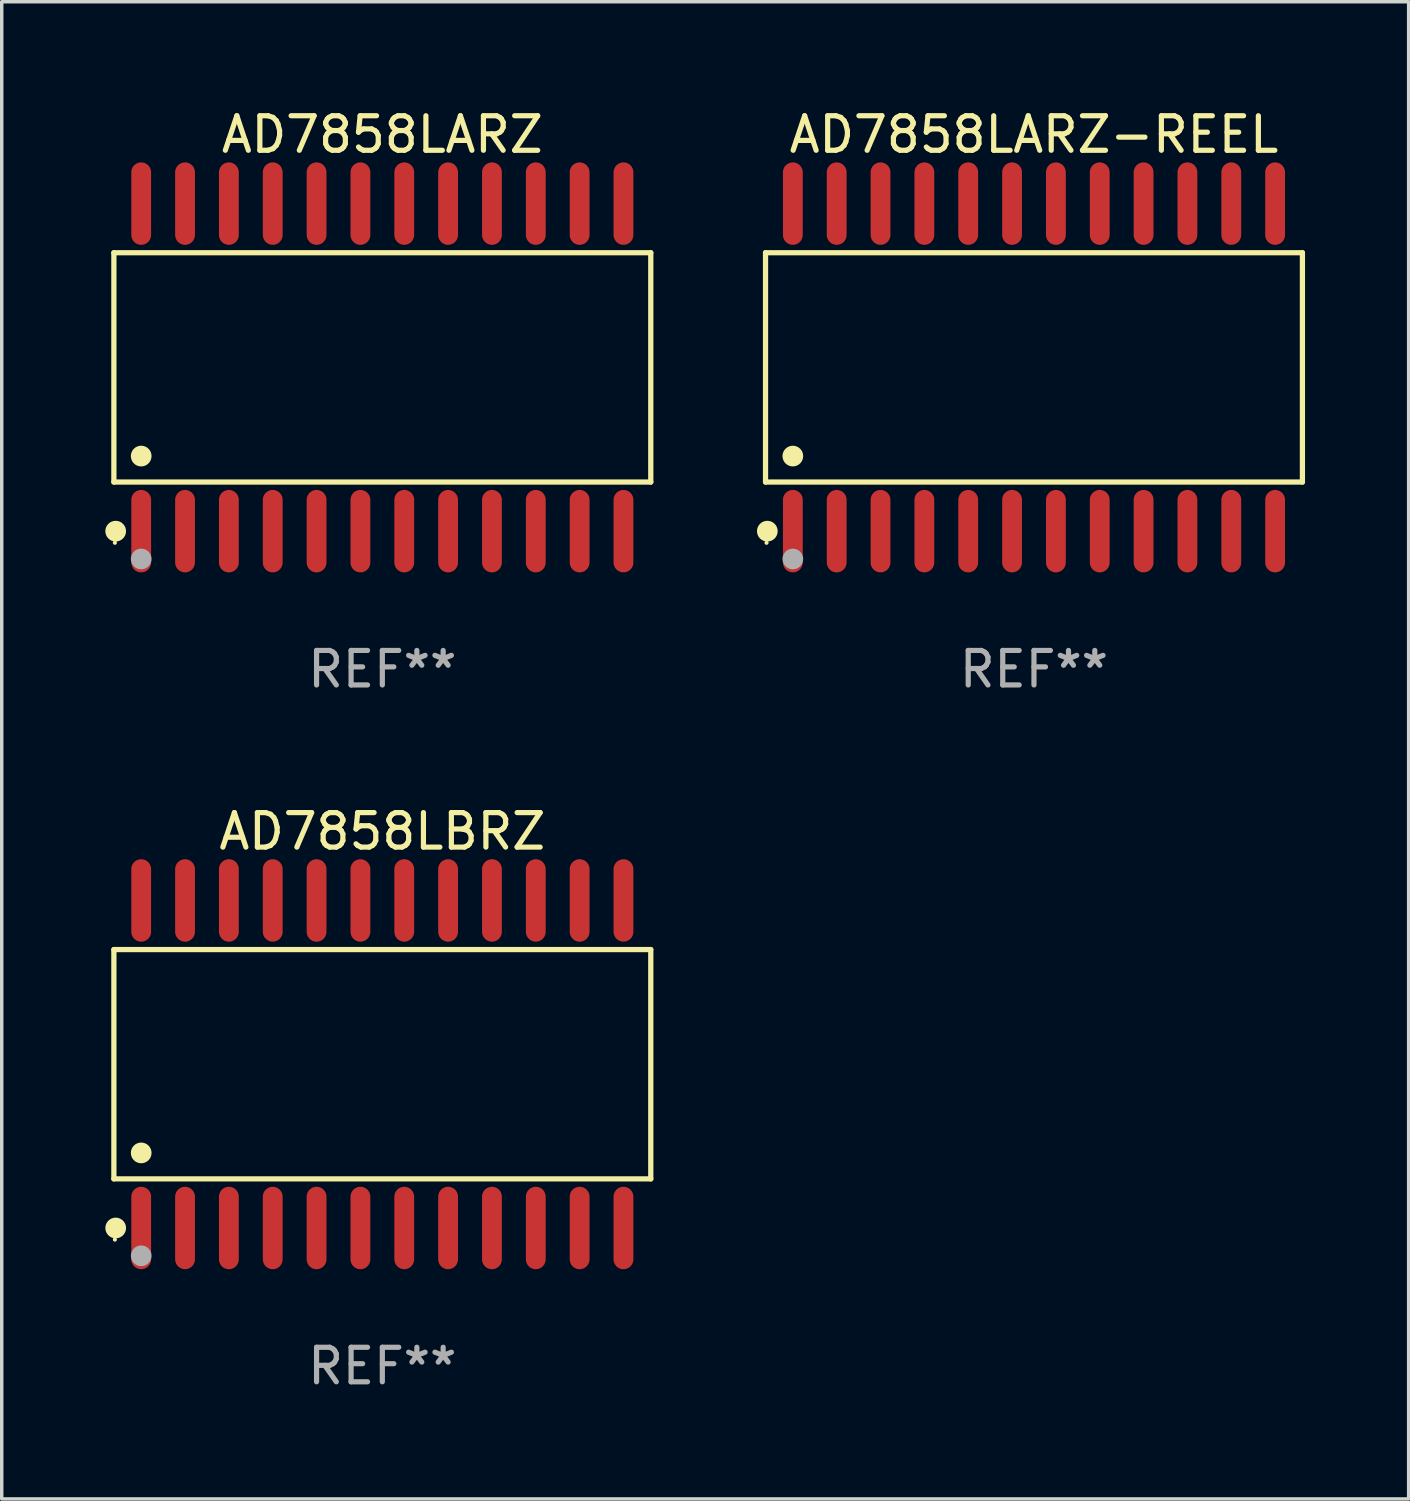
<source format=kicad_pcb>
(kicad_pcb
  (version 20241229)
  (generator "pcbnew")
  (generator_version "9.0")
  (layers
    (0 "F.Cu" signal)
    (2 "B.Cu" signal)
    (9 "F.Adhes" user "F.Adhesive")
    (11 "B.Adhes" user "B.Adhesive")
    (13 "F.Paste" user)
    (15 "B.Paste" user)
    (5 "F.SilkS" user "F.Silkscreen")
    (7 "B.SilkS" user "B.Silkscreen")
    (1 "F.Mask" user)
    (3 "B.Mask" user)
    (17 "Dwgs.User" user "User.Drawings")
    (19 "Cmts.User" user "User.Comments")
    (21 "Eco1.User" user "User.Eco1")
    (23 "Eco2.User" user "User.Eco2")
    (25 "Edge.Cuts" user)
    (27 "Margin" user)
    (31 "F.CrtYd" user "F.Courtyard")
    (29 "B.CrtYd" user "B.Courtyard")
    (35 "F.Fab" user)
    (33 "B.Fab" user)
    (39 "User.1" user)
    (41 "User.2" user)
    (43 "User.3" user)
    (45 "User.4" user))
  (footprint "AD7858LARZ"
    (layer "F.Cu")
    (at 8.025 7.592)
    (property "Reference" "AD7858LARZ" (at 0 -6.744 0) (layer "F.SilkS") (effects (font (size 1 1) (thickness 0.15))))
    (attr through_hole)
    (fp_line (start -7.776 -3.321) (end 7.776 -3.321) (stroke (width 0.152) (type solid)) (layer "F.SilkS"))
    (fp_line (start -7.776 3.321) (end -7.776 -3.321) (stroke (width 0.152) (type solid)) (layer "F.SilkS"))
    (fp_line (start 7.776 -3.321) (end 7.776 3.321) (stroke (width 0.152) (type solid)) (layer "F.SilkS"))
    (fp_line (start 7.776 3.321) (end -7.776 3.321) (stroke (width 0.152) (type solid)) (layer "F.SilkS"))
    (fp_circle (center -7.747 5.08) (end -7.717 5.08) (stroke (width 0.06) (type solid)) (fill no) (layer "F.SilkS"))
    (fp_circle (center -7.724 4.744) (end -7.574 4.744) (stroke (width 0.3) (type solid)) (fill no) (layer "F.SilkS"))
    (fp_circle (center -6.985 2.569) (end -6.835 2.569) (stroke (width 0.3) (type solid)) (fill no) (layer "F.SilkS"))
    (fp_circle (center -6.985 5.55) (end -6.835 5.55) (stroke (width 0.3) (type solid)) (fill no) (layer "F.Fab"))
    (fp_text user "REF**" (at 0 8.744 0) (layer "F.Fab") (effects (font (size 1 1) (thickness 0.15))))
    (pad "1" smd oval (at -6.985 4.744) (size 0.574 2.388) (layers "F.Cu" "F.Mask" "F.Paste"))
    (pad "2" smd oval (at -5.715 4.744) (size 0.574 2.388) (layers "F.Cu" "F.Mask" "F.Paste"))
    (pad "3" smd oval (at -4.445 4.744) (size 0.574 2.388) (layers "F.Cu" "F.Mask" "F.Paste"))
    (pad "4" smd oval (at -3.175 4.744) (size 0.574 2.388) (layers "F.Cu" "F.Mask" "F.Paste"))
    (pad "5" smd oval (at -1.905 4.744) (size 0.574 2.388) (layers "F.Cu" "F.Mask" "F.Paste"))
    (pad "6" smd oval (at -0.635 4.744) (size 0.574 2.388) (layers "F.Cu" "F.Mask" "F.Paste"))
    (pad "7" smd oval (at 0.635 4.744) (size 0.574 2.388) (layers "F.Cu" "F.Mask" "F.Paste"))
    (pad "8" smd oval (at 1.905 4.744) (size 0.574 2.388) (layers "F.Cu" "F.Mask" "F.Paste"))
    (pad "9" smd oval (at 3.175 4.744) (size 0.574 2.388) (layers "F.Cu" "F.Mask" "F.Paste"))
    (pad "10" smd oval (at 4.445 4.744) (size 0.574 2.388) (layers "F.Cu" "F.Mask" "F.Paste"))
    (pad "11" smd oval (at 5.715 4.744) (size 0.574 2.388) (layers "F.Cu" "F.Mask" "F.Paste"))
    (pad "12" smd oval (at 6.985 4.744) (size 0.574 2.388) (layers "F.Cu" "F.Mask" "F.Paste"))
    (pad "13" smd oval (at 6.985 -4.744) (size 0.574 2.388) (layers "F.Cu" "F.Mask" "F.Paste"))
    (pad "14" smd oval (at 5.715 -4.744) (size 0.574 2.388) (layers "F.Cu" "F.Mask" "F.Paste"))
    (pad "15" smd oval (at 4.445 -4.744) (size 0.574 2.388) (layers "F.Cu" "F.Mask" "F.Paste"))
    (pad "16" smd oval (at 3.175 -4.744) (size 0.574 2.388) (layers "F.Cu" "F.Mask" "F.Paste"))
    (pad "17" smd oval (at 1.905 -4.744) (size 0.574 2.388) (layers "F.Cu" "F.Mask" "F.Paste"))
    (pad "18" smd oval (at 0.635 -4.744) (size 0.574 2.388) (layers "F.Cu" "F.Mask" "F.Paste"))
    (pad "19" smd oval (at -0.635 -4.744) (size 0.574 2.388) (layers "F.Cu" "F.Mask" "F.Paste"))
    (pad "20" smd oval (at -1.905 -4.744) (size 0.574 2.388) (layers "F.Cu" "F.Mask" "F.Paste"))
    (pad "21" smd oval (at -3.175 -4.744) (size 0.574 2.388) (layers "F.Cu" "F.Mask" "F.Paste"))
    (pad "22" smd oval (at -4.445 -4.744) (size 0.574 2.388) (layers "F.Cu" "F.Mask" "F.Paste"))
    (pad "23" smd oval (at -5.715 -4.744) (size 0.574 2.388) (layers "F.Cu" "F.Mask" "F.Paste"))
    (pad "24" smd oval (at -6.985 -4.744) (size 0.574 2.388) (layers "F.Cu" "F.Mask" "F.Paste")))
  (footprint "AD7858LARZ-REEL"
    (layer "F.Cu")
    (at 26.901 7.592)
    (property "Reference" "AD7858LARZ-REEL" (at 0 -6.744 0) (layer "F.SilkS") (effects (font (size 1 1) (thickness 0.15))))
    (attr through_hole)
    (fp_line (start -7.776 -3.321) (end 7.776 -3.321) (stroke (width 0.152) (type solid)) (layer "F.SilkS"))
    (fp_line (start -7.776 3.321) (end -7.776 -3.321) (stroke (width 0.152) (type solid)) (layer "F.SilkS"))
    (fp_line (start 7.776 -3.321) (end 7.776 3.321) (stroke (width 0.152) (type solid)) (layer "F.SilkS"))
    (fp_line (start 7.776 3.321) (end -7.776 3.321) (stroke (width 0.152) (type solid)) (layer "F.SilkS"))
    (fp_circle (center -7.747 5.08) (end -7.717 5.08) (stroke (width 0.06) (type solid)) (fill no) (layer "F.SilkS"))
    (fp_circle (center -7.724 4.744) (end -7.574 4.744) (stroke (width 0.3) (type solid)) (fill no) (layer "F.SilkS"))
    (fp_circle (center -6.985 2.569) (end -6.835 2.569) (stroke (width 0.3) (type solid)) (fill no) (layer "F.SilkS"))
    (fp_circle (center -6.985 5.55) (end -6.835 5.55) (stroke (width 0.3) (type solid)) (fill no) (layer "F.Fab"))
    (fp_text user "REF**" (at 0 8.744 0) (layer "F.Fab") (effects (font (size 1 1) (thickness 0.15))))
    (pad "1" smd oval (at -6.985 4.744) (size 0.574 2.388) (layers "F.Cu" "F.Mask" "F.Paste"))
    (pad "2" smd oval (at -5.715 4.744) (size 0.574 2.388) (layers "F.Cu" "F.Mask" "F.Paste"))
    (pad "3" smd oval (at -4.445 4.744) (size 0.574 2.388) (layers "F.Cu" "F.Mask" "F.Paste"))
    (pad "4" smd oval (at -3.175 4.744) (size 0.574 2.388) (layers "F.Cu" "F.Mask" "F.Paste"))
    (pad "5" smd oval (at -1.905 4.744) (size 0.574 2.388) (layers "F.Cu" "F.Mask" "F.Paste"))
    (pad "6" smd oval (at -0.635 4.744) (size 0.574 2.388) (layers "F.Cu" "F.Mask" "F.Paste"))
    (pad "7" smd oval (at 0.635 4.744) (size 0.574 2.388) (layers "F.Cu" "F.Mask" "F.Paste"))
    (pad "8" smd oval (at 1.905 4.744) (size 0.574 2.388) (layers "F.Cu" "F.Mask" "F.Paste"))
    (pad "9" smd oval (at 3.175 4.744) (size 0.574 2.388) (layers "F.Cu" "F.Mask" "F.Paste"))
    (pad "10" smd oval (at 4.445 4.744) (size 0.574 2.388) (layers "F.Cu" "F.Mask" "F.Paste"))
    (pad "11" smd oval (at 5.715 4.744) (size 0.574 2.388) (layers "F.Cu" "F.Mask" "F.Paste"))
    (pad "12" smd oval (at 6.985 4.744) (size 0.574 2.388) (layers "F.Cu" "F.Mask" "F.Paste"))
    (pad "13" smd oval (at 6.985 -4.744) (size 0.574 2.388) (layers "F.Cu" "F.Mask" "F.Paste"))
    (pad "14" smd oval (at 5.715 -4.744) (size 0.574 2.388) (layers "F.Cu" "F.Mask" "F.Paste"))
    (pad "15" smd oval (at 4.445 -4.744) (size 0.574 2.388) (layers "F.Cu" "F.Mask" "F.Paste"))
    (pad "16" smd oval (at 3.175 -4.744) (size 0.574 2.388) (layers "F.Cu" "F.Mask" "F.Paste"))
    (pad "17" smd oval (at 1.905 -4.744) (size 0.574 2.388) (layers "F.Cu" "F.Mask" "F.Paste"))
    (pad "18" smd oval (at 0.635 -4.744) (size 0.574 2.388) (layers "F.Cu" "F.Mask" "F.Paste"))
    (pad "19" smd oval (at -0.635 -4.744) (size 0.574 2.388) (layers "F.Cu" "F.Mask" "F.Paste"))
    (pad "20" smd oval (at -1.905 -4.744) (size 0.574 2.388) (layers "F.Cu" "F.Mask" "F.Paste"))
    (pad "21" smd oval (at -3.175 -4.744) (size 0.574 2.388) (layers "F.Cu" "F.Mask" "F.Paste"))
    (pad "22" smd oval (at -4.445 -4.744) (size 0.574 2.388) (layers "F.Cu" "F.Mask" "F.Paste"))
    (pad "23" smd oval (at -5.715 -4.744) (size 0.574 2.388) (layers "F.Cu" "F.Mask" "F.Paste"))
    (pad "24" smd oval (at -6.985 -4.744) (size 0.574 2.388) (layers "F.Cu" "F.Mask" "F.Paste")))
  (footprint "AD7858LBRZ"
    (layer "F.Cu")
    (at 8.025 27.777)
    (property "Reference" "AD7858LBRZ" (at 0 -6.744 0) (layer "F.SilkS") (effects (font (size 1 1) (thickness 0.15))))
    (attr through_hole)
    (fp_line (start -7.776 -3.321) (end 7.776 -3.321) (stroke (width 0.152) (type solid)) (layer "F.SilkS"))
    (fp_line (start -7.776 3.321) (end -7.776 -3.321) (stroke (width 0.152) (type solid)) (layer "F.SilkS"))
    (fp_line (start 7.776 -3.321) (end 7.776 3.321) (stroke (width 0.152) (type solid)) (layer "F.SilkS"))
    (fp_line (start 7.776 3.321) (end -7.776 3.321) (stroke (width 0.152) (type solid)) (layer "F.SilkS"))
    (fp_circle (center -7.747 5.08) (end -7.717 5.08) (stroke (width 0.06) (type solid)) (fill no) (layer "F.SilkS"))
    (fp_circle (center -7.724 4.744) (end -7.574 4.744) (stroke (width 0.3) (type solid)) (fill no) (layer "F.SilkS"))
    (fp_circle (center -6.985 2.569) (end -6.835 2.569) (stroke (width 0.3) (type solid)) (fill no) (layer "F.SilkS"))
    (fp_circle (center -6.985 5.55) (end -6.835 5.55) (stroke (width 0.3) (type solid)) (fill no) (layer "F.Fab"))
    (fp_text user "REF**" (at 0 8.744 0) (layer "F.Fab") (effects (font (size 1 1) (thickness 0.15))))
    (pad "1" smd oval (at -6.985 4.744) (size 0.574 2.388) (layers "F.Cu" "F.Mask" "F.Paste"))
    (pad "2" smd oval (at -5.715 4.744) (size 0.574 2.388) (layers "F.Cu" "F.Mask" "F.Paste"))
    (pad "3" smd oval (at -4.445 4.744) (size 0.574 2.388) (layers "F.Cu" "F.Mask" "F.Paste"))
    (pad "4" smd oval (at -3.175 4.744) (size 0.574 2.388) (layers "F.Cu" "F.Mask" "F.Paste"))
    (pad "5" smd oval (at -1.905 4.744) (size 0.574 2.388) (layers "F.Cu" "F.Mask" "F.Paste"))
    (pad "6" smd oval (at -0.635 4.744) (size 0.574 2.388) (layers "F.Cu" "F.Mask" "F.Paste"))
    (pad "7" smd oval (at 0.635 4.744) (size 0.574 2.388) (layers "F.Cu" "F.Mask" "F.Paste"))
    (pad "8" smd oval (at 1.905 4.744) (size 0.574 2.388) (layers "F.Cu" "F.Mask" "F.Paste"))
    (pad "9" smd oval (at 3.175 4.744) (size 0.574 2.388) (layers "F.Cu" "F.Mask" "F.Paste"))
    (pad "10" smd oval (at 4.445 4.744) (size 0.574 2.388) (layers "F.Cu" "F.Mask" "F.Paste"))
    (pad "11" smd oval (at 5.715 4.744) (size 0.574 2.388) (layers "F.Cu" "F.Mask" "F.Paste"))
    (pad "12" smd oval (at 6.985 4.744) (size 0.574 2.388) (layers "F.Cu" "F.Mask" "F.Paste"))
    (pad "13" smd oval (at 6.985 -4.744) (size 0.574 2.388) (layers "F.Cu" "F.Mask" "F.Paste"))
    (pad "14" smd oval (at 5.715 -4.744) (size 0.574 2.388) (layers "F.Cu" "F.Mask" "F.Paste"))
    (pad "15" smd oval (at 4.445 -4.744) (size 0.574 2.388) (layers "F.Cu" "F.Mask" "F.Paste"))
    (pad "16" smd oval (at 3.175 -4.744) (size 0.574 2.388) (layers "F.Cu" "F.Mask" "F.Paste"))
    (pad "17" smd oval (at 1.905 -4.744) (size 0.574 2.388) (layers "F.Cu" "F.Mask" "F.Paste"))
    (pad "18" smd oval (at 0.635 -4.744) (size 0.574 2.388) (layers "F.Cu" "F.Mask" "F.Paste"))
    (pad "19" smd oval (at -0.635 -4.744) (size 0.574 2.388) (layers "F.Cu" "F.Mask" "F.Paste"))
    (pad "20" smd oval (at -1.905 -4.744) (size 0.574 2.388) (layers "F.Cu" "F.Mask" "F.Paste"))
    (pad "21" smd oval (at -3.175 -4.744) (size 0.574 2.388) (layers "F.Cu" "F.Mask" "F.Paste"))
    (pad "22" smd oval (at -4.445 -4.744) (size 0.574 2.388) (layers "F.Cu" "F.Mask" "F.Paste"))
    (pad "23" smd oval (at -5.715 -4.744) (size 0.574 2.388) (layers "F.Cu" "F.Mask" "F.Paste"))
    (pad "24" smd oval (at -6.985 -4.744) (size 0.574 2.388) (layers "F.Cu" "F.Mask" "F.Paste")))
  (gr_rect
    (start -3 -3)
    (end 37.754 40.369)
    (stroke (width 0.1) (type default))
    (fill no)
    (layer "Edge.Cuts")))
</source>
